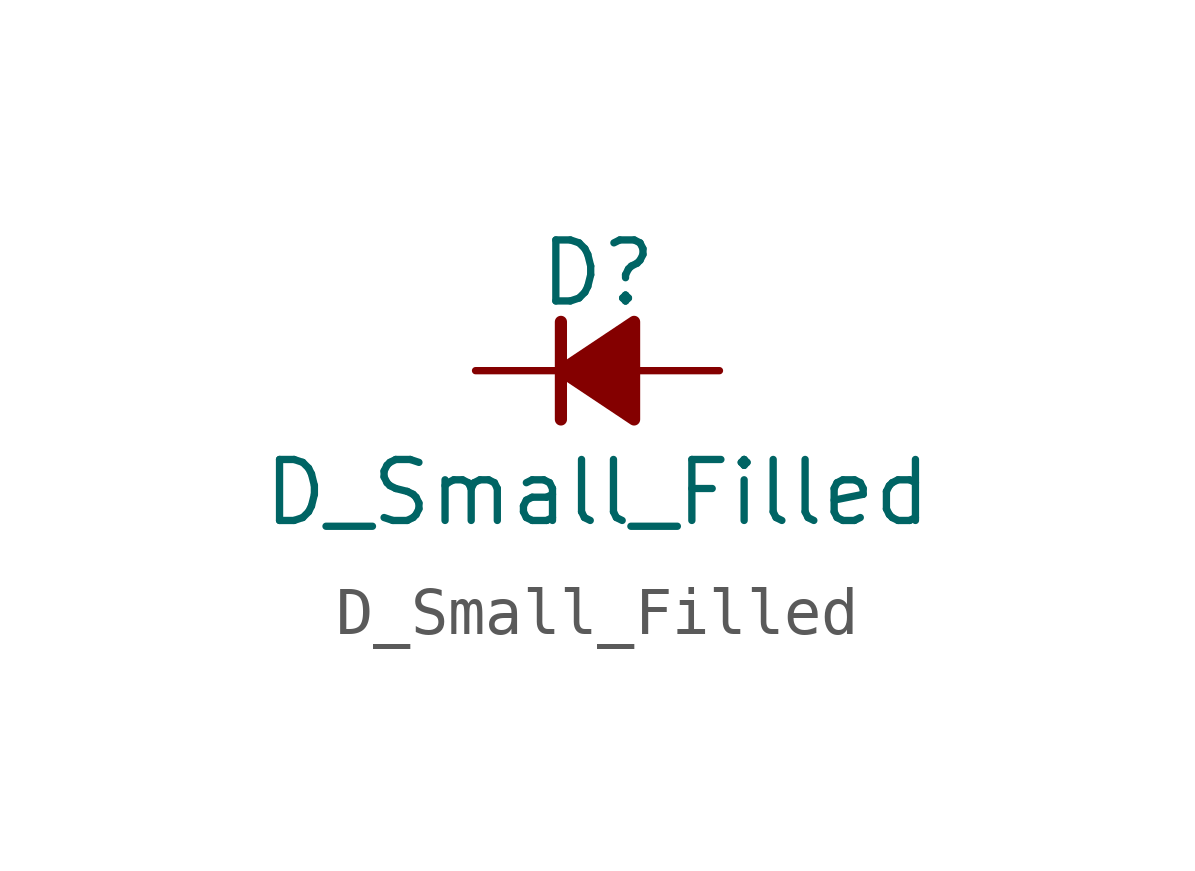
<source format=kicad_sym>
(kicad_symbol_lib
  (version 20241209)
  (generator "kicad_symbol_editor")
  (generator_version "9.0")
  (symbol "D_Small_Filled"
    (pin_numbers
      (hide yes))
    (pin_names
      (offset 0.254)
      (hide yes))
    (property "Reference" "D"
      (at -1.27 2.032 0)
      (effects (font (size 1.27 1.27)) (justify left)))
    (property "Value" "D_Small_Filled"
      (at 0 -2.54 0)
      (effects (font (size 1.27 1.27))))
    (symbol "D_Small_Filled_0_1"
      (polyline (pts (xy -0.762 0) (xy 0.762 0)) (stroke (width 0) (type default)) (fill (type none)))
      (polyline (pts (xy -0.762 -1.016) (xy -0.762 1.016)) (stroke (width 0.254) (type default)) (fill (type none)))
      (polyline (pts (xy 0.762 -1.016) (xy -0.762 0) (xy 0.762 1.016) (xy 0.762 -1.016)) (stroke (width 0.254) (type default)) (fill (type outline))))
    (symbol "D_Small_Filled_1_1"
      (pin passive line (at -2.54 0 0) (length 1.778) (name "K" (effects (font (size 1.27 1.27)))) (number "1" (effects (font (size 1.27 1.27)))))
      (pin passive line (at 2.54 0 180) (length 1.778) (name "A" (effects (font (size 1.27 1.27)))) (number "2" (effects (font (size 1.27 1.27))))))))
</source>
